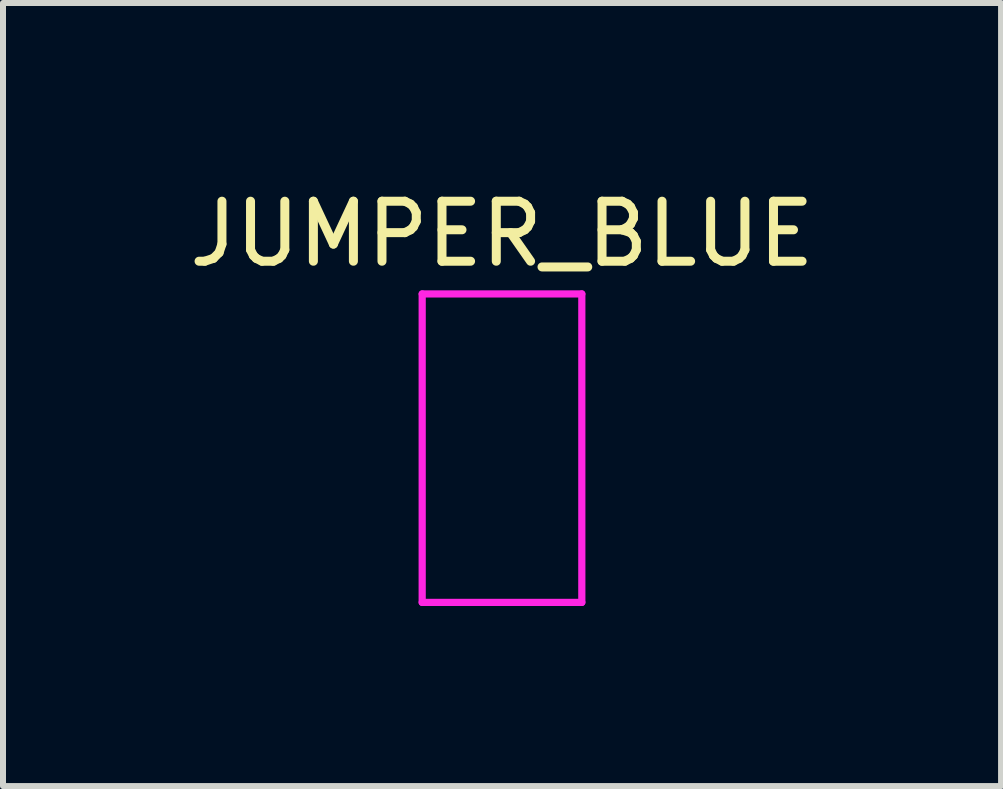
<source format=kicad_pcb>
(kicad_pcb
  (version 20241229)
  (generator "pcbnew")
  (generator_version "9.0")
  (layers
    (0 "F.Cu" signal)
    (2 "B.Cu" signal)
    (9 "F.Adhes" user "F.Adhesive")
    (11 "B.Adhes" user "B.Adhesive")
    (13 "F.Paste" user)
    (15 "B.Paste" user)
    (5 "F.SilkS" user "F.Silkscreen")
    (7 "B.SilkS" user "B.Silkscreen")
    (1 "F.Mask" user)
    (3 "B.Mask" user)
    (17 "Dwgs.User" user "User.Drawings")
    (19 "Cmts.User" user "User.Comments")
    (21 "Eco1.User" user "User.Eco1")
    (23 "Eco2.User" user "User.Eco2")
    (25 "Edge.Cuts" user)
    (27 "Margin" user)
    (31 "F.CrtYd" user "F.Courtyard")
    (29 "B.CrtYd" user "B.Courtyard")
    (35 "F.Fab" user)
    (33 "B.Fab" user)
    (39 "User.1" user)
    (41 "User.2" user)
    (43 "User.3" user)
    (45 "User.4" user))
  (footprint "JUMPER_BLUE"
    (layer "F.Cu")
    (at 5.315 3.178)
    (property "Reference" "JUMPER_BLUE" (at 0 -2.33 0) (layer "F.SilkS") (effects (font (size 1 1) (thickness 0.15))))
    (attr through_hole)
    (fp_line (start -1.33 -1.33) (end -1.33 3.81) (stroke (width 0.12) (type solid)) (layer "F.CrtYd"))
    (fp_line (start -1.33 -1.33) (end 1.33 -1.33) (stroke (width 0.12) (type solid)) (layer "F.CrtYd"))
    (fp_line (start -1.33 3.81) (end 1.33 3.81) (stroke (width 0.12) (type solid)) (layer "F.CrtYd"))
    (fp_line (start 1.33 -1.33) (end 1.33 3.81) (stroke (width 0.12) (type solid)) (layer "F.CrtYd")))
  (gr_rect
    (start -3 -3)
    (end 13.631 10.048)
    (stroke (width 0.1) (type default))
    (fill no)
    (layer "Edge.Cuts")))
</source>
